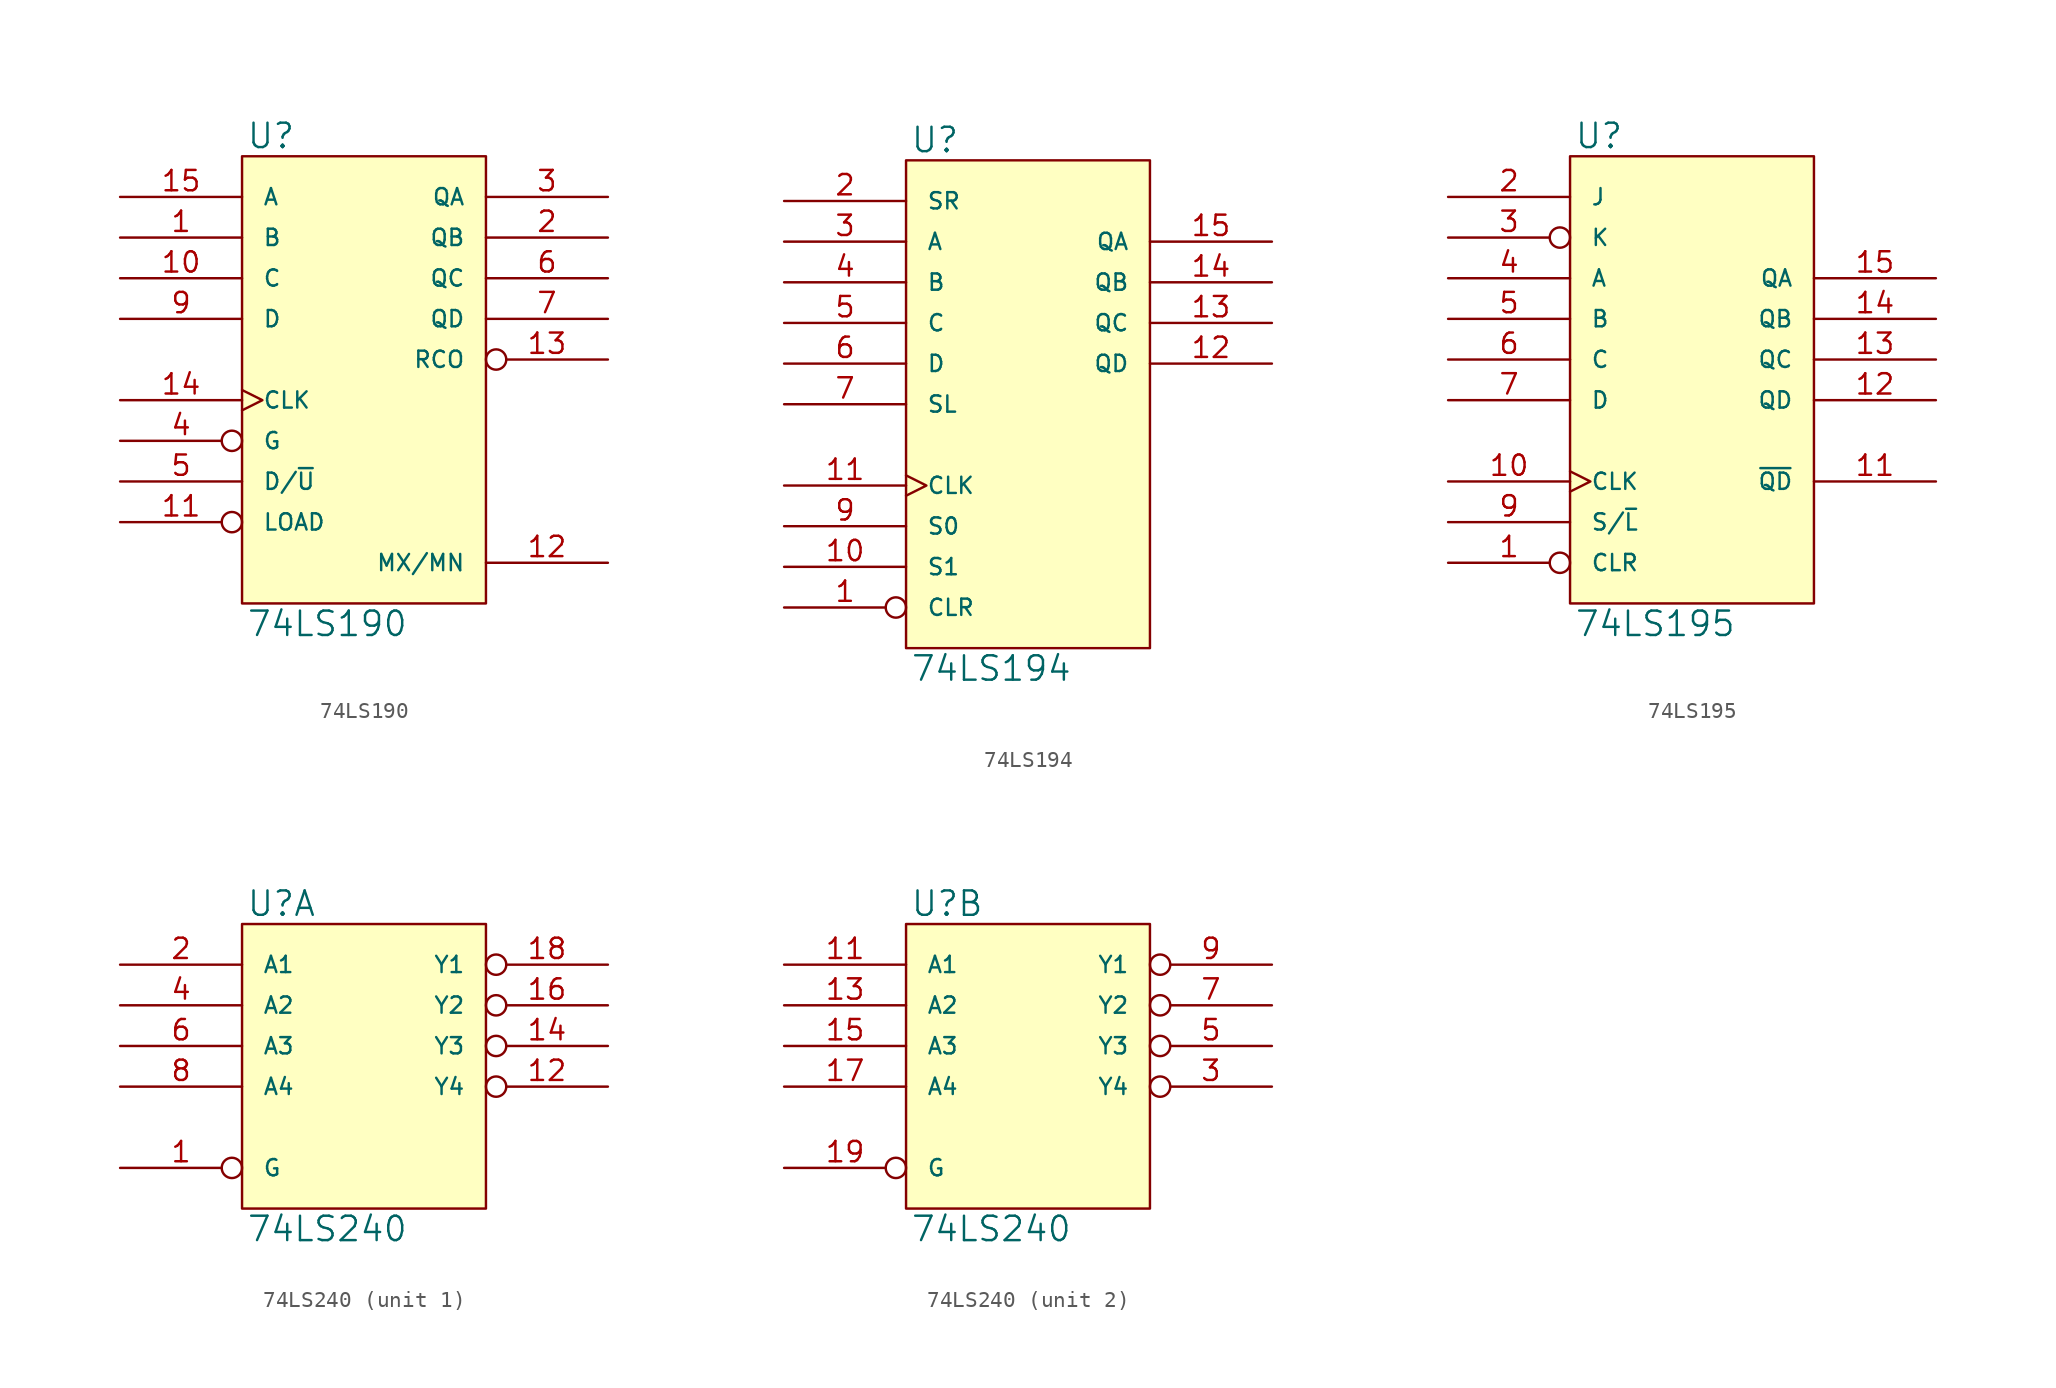
<source format=kicad_sym>
(kicad_symbol_lib
  (version 20231120)
  (generator "kicad_symbol_editor")
  (generator_version "8.0")
  (symbol "74LS190"
    (pin_names
      (offset 1.27))
    (property "Reference" "U"
      (at 0.254 0.381 0)
      (effects (font (size 1.524 1.524)) (justify left bottom)))
    (property "Value" "74LS190"
      (at 0.254 -28.321 0)
      (effects (font (size 1.524 1.524)) (justify left top)))
    (symbol "74LS190_0_1"
      (rectangle (start 0 0) (end 15.24 -27.94) (stroke (width 0) (type solid)) (fill (type background))))
    (symbol "74LS190_1_1"
      (pin input line (at -7.62 -5.08 0) (length 7.62) (name "B" (effects (font (size 1.016 1.016)))) (number "1" (effects (font (size 1.27 1.27)))))
      (pin input line (at -7.62 -7.62 0) (length 7.62) (name "C" (effects (font (size 1.016 1.016)))) (number "10" (effects (font (size 1.27 1.27)))))
      (pin input inverted (at -7.62 -22.86 0) (length 7.62) (name "LOAD" (effects (font (size 1.016 1.016)))) (number "11" (effects (font (size 1.27 1.27)))))
      (pin output line (at 22.86 -25.4 180) (length 7.62) (name "MX/MN" (effects (font (size 1.016 1.016)))) (number "12" (effects (font (size 1.27 1.27)))))
      (pin output inverted (at 22.86 -12.7 180) (length 7.62) (name "RCO" (effects (font (size 1.016 1.016)))) (number "13" (effects (font (size 1.27 1.27)))))
      (pin input clock (at -7.62 -15.24 0) (length 7.62) (name "CLK" (effects (font (size 1.016 1.016)))) (number "14" (effects (font (size 1.27 1.27)))))
      (pin input line (at -7.62 -2.54 0) (length 7.62) (name "A" (effects (font (size 1.016 1.016)))) (number "15" (effects (font (size 1.27 1.27)))))
      (pin power_in line (at 0 0 270) (length 0) hide (name "VCC" (effects (font (size 1.016 1.016)))) (number "16" (effects (font (size 1.27 1.27)))))
      (pin output line (at 22.86 -5.08 180) (length 7.62) (name "QB" (effects (font (size 1.016 1.016)))) (number "2" (effects (font (size 1.27 1.27)))))
      (pin output line (at 22.86 -2.54 180) (length 7.62) (name "QA" (effects (font (size 1.016 1.016)))) (number "3" (effects (font (size 1.27 1.27)))))
      (pin input inverted (at -7.62 -17.78 0) (length 7.62) (name "G" (effects (font (size 1.016 1.016)))) (number "4" (effects (font (size 1.27 1.27)))))
      (pin input line (at -7.62 -20.32 0) (length 7.62) (name "D/~{U}" (effects (font (size 1.016 1.016)))) (number "5" (effects (font (size 1.27 1.27)))))
      (pin output line (at 22.86 -7.62 180) (length 7.62) (name "QC" (effects (font (size 1.016 1.016)))) (number "6" (effects (font (size 1.27 1.27)))))
      (pin output line (at 22.86 -10.16 180) (length 7.62) (name "QD" (effects (font (size 1.016 1.016)))) (number "7" (effects (font (size 1.27 1.27)))))
      (pin power_in line (at 0 -27.94 90) (length 0) hide (name "GND" (effects (font (size 1.016 1.016)))) (number "8" (effects (font (size 1.27 1.27)))))
      (pin input line (at -7.62 -10.16 0) (length 7.62) (name "D" (effects (font (size 1.016 1.016)))) (number "9" (effects (font (size 1.27 1.27)))))))
  (symbol "74LS194"
    (pin_names
      (offset 1.27))
    (property "Reference" "U"
      (at 0.254 0.381 0)
      (effects (font (size 1.524 1.524)) (justify left bottom)))
    (property "Value" "74LS194"
      (at 0.254 -30.861 0)
      (effects (font (size 1.524 1.524)) (justify left top)))
    (symbol "74LS194_0_1"
      (rectangle (start 0 0) (end 15.24 -30.48) (stroke (width 0) (type solid)) (fill (type background))))
    (symbol "74LS194_1_1"
      (pin input inverted (at -7.62 -27.94 0) (length 7.62) (name "CLR" (effects (font (size 1.016 1.016)))) (number "1" (effects (font (size 1.27 1.27)))))
      (pin input line (at -7.62 -25.4 0) (length 7.62) (name "S1" (effects (font (size 1.016 1.016)))) (number "10" (effects (font (size 1.27 1.27)))))
      (pin input clock (at -7.62 -20.32 0) (length 7.62) (name "CLK" (effects (font (size 1.016 1.016)))) (number "11" (effects (font (size 1.27 1.27)))))
      (pin output line (at 22.86 -12.7 180) (length 7.62) (name "QD" (effects (font (size 1.016 1.016)))) (number "12" (effects (font (size 1.27 1.27)))))
      (pin output line (at 22.86 -10.16 180) (length 7.62) (name "QC" (effects (font (size 1.016 1.016)))) (number "13" (effects (font (size 1.27 1.27)))))
      (pin output line (at 22.86 -7.62 180) (length 7.62) (name "QB" (effects (font (size 1.016 1.016)))) (number "14" (effects (font (size 1.27 1.27)))))
      (pin output line (at 22.86 -5.08 180) (length 7.62) (name "QA" (effects (font (size 1.016 1.016)))) (number "15" (effects (font (size 1.27 1.27)))))
      (pin power_in line (at 0 0 270) (length 0) hide (name "VCC" (effects (font (size 1.016 1.016)))) (number "16" (effects (font (size 1.27 1.27)))))
      (pin input line (at -7.62 -2.54 0) (length 7.62) (name "SR" (effects (font (size 1.016 1.016)))) (number "2" (effects (font (size 1.27 1.27)))))
      (pin input line (at -7.62 -5.08 0) (length 7.62) (name "A" (effects (font (size 1.016 1.016)))) (number "3" (effects (font (size 1.27 1.27)))))
      (pin input line (at -7.62 -7.62 0) (length 7.62) (name "B" (effects (font (size 1.016 1.016)))) (number "4" (effects (font (size 1.27 1.27)))))
      (pin input line (at -7.62 -10.16 0) (length 7.62) (name "C" (effects (font (size 1.016 1.016)))) (number "5" (effects (font (size 1.27 1.27)))))
      (pin input line (at -7.62 -12.7 0) (length 7.62) (name "D" (effects (font (size 1.016 1.016)))) (number "6" (effects (font (size 1.27 1.27)))))
      (pin input line (at -7.62 -15.24 0) (length 7.62) (name "SL" (effects (font (size 1.016 1.016)))) (number "7" (effects (font (size 1.27 1.27)))))
      (pin power_in line (at 0 -30.48 90) (length 0) hide (name "GND" (effects (font (size 1.016 1.016)))) (number "8" (effects (font (size 1.27 1.27)))))
      (pin input line (at -7.62 -22.86 0) (length 7.62) (name "S0" (effects (font (size 1.016 1.016)))) (number "9" (effects (font (size 1.27 1.27)))))))
  (symbol "74LS195"
    (pin_names
      (offset 1.27))
    (property "Reference" "U"
      (at 0.254 0.381 0)
      (effects (font (size 1.524 1.524)) (justify left bottom)))
    (property "Value" "74LS195"
      (at 0.254 -28.321 0)
      (effects (font (size 1.524 1.524)) (justify left top)))
    (symbol "74LS195_0_1"
      (rectangle (start 0 0) (end 15.24 -27.94) (stroke (width 0) (type solid)) (fill (type background))))
    (symbol "74LS195_1_1"
      (pin input inverted (at -7.62 -25.4 0) (length 7.62) (name "CLR" (effects (font (size 1.016 1.016)))) (number "1" (effects (font (size 1.27 1.27)))))
      (pin input clock (at -7.62 -20.32 0) (length 7.62) (name "CLK" (effects (font (size 1.016 1.016)))) (number "10" (effects (font (size 1.27 1.27)))))
      (pin output line (at 22.86 -20.32 180) (length 7.62) (name "~{QD}" (effects (font (size 1.016 1.016)))) (number "11" (effects (font (size 1.27 1.27)))))
      (pin output line (at 22.86 -15.24 180) (length 7.62) (name "QD" (effects (font (size 1.016 1.016)))) (number "12" (effects (font (size 1.27 1.27)))))
      (pin output line (at 22.86 -12.7 180) (length 7.62) (name "QC" (effects (font (size 1.016 1.016)))) (number "13" (effects (font (size 1.27 1.27)))))
      (pin output line (at 22.86 -10.16 180) (length 7.62) (name "QB" (effects (font (size 1.016 1.016)))) (number "14" (effects (font (size 1.27 1.27)))))
      (pin output line (at 22.86 -7.62 180) (length 7.62) (name "QA" (effects (font (size 1.016 1.016)))) (number "15" (effects (font (size 1.27 1.27)))))
      (pin power_in line (at 0 0 270) (length 0) hide (name "VCC" (effects (font (size 1.016 1.016)))) (number "16" (effects (font (size 1.27 1.27)))))
      (pin input line (at -7.62 -2.54 0) (length 7.62) (name "J" (effects (font (size 1.016 1.016)))) (number "2" (effects (font (size 1.27 1.27)))))
      (pin input inverted (at -7.62 -5.08 0) (length 7.62) (name "K" (effects (font (size 1.016 1.016)))) (number "3" (effects (font (size 1.27 1.27)))))
      (pin input line (at -7.62 -7.62 0) (length 7.62) (name "A" (effects (font (size 1.016 1.016)))) (number "4" (effects (font (size 1.27 1.27)))))
      (pin input line (at -7.62 -10.16 0) (length 7.62) (name "B" (effects (font (size 1.016 1.016)))) (number "5" (effects (font (size 1.27 1.27)))))
      (pin input line (at -7.62 -12.7 0) (length 7.62) (name "C" (effects (font (size 1.016 1.016)))) (number "6" (effects (font (size 1.27 1.27)))))
      (pin input line (at -7.62 -15.24 0) (length 7.62) (name "D" (effects (font (size 1.016 1.016)))) (number "7" (effects (font (size 1.27 1.27)))))
      (pin power_in line (at 0 -27.94 90) (length 0) hide (name "GND" (effects (font (size 1.016 1.016)))) (number "8" (effects (font (size 1.27 1.27)))))
      (pin input line (at -7.62 -22.86 0) (length 7.62) (name "S/~{L}" (effects (font (size 1.016 1.016)))) (number "9" (effects (font (size 1.27 1.27)))))))
  (symbol "74LS240"
    (pin_names
      (offset 1.27))
    (property "Reference" "U"
      (at 0.254 0.381 0)
      (effects (font (size 1.524 1.524)) (justify left bottom)))
    (property "Value" "74LS240"
      (at 0.254 -18.161 0)
      (effects (font (size 1.524 1.524)) (justify left top)))
    (symbol "74LS240_0_1"
      (rectangle (start 0 0) (end 15.24 -17.78) (stroke (width 0) (type solid)) (fill (type background))))
    (symbol "74LS240_1_1"
      (pin input inverted (at -7.62 -15.24 0) (length 7.62) (name "G" (effects (font (size 1.016 1.016)))) (number "1" (effects (font (size 1.27 1.27)))))
      (pin power_in line (at 0 -17.78 90) (length 0) hide (name "GND" (effects (font (size 1.016 1.016)))) (number "10" (effects (font (size 1.27 1.27)))))
      (pin tri_state inverted (at 22.86 -10.16 180) (length 7.62) (name "Y4" (effects (font (size 1.016 1.016)))) (number "12" (effects (font (size 1.27 1.27)))))
      (pin tri_state inverted (at 22.86 -7.62 180) (length 7.62) (name "Y3" (effects (font (size 1.016 1.016)))) (number "14" (effects (font (size 1.27 1.27)))))
      (pin tri_state inverted (at 22.86 -5.08 180) (length 7.62) (name "Y2" (effects (font (size 1.016 1.016)))) (number "16" (effects (font (size 1.27 1.27)))))
      (pin tri_state inverted (at 22.86 -2.54 180) (length 7.62) (name "Y1" (effects (font (size 1.016 1.016)))) (number "18" (effects (font (size 1.27 1.27)))))
      (pin input line (at -7.62 -2.54 0) (length 7.62) (name "A1" (effects (font (size 1.016 1.016)))) (number "2" (effects (font (size 1.27 1.27)))))
      (pin power_in line (at 0 0 270) (length 0) hide (name "VCC" (effects (font (size 1.016 1.016)))) (number "20" (effects (font (size 1.27 1.27)))))
      (pin input line (at -7.62 -5.08 0) (length 7.62) (name "A2" (effects (font (size 1.016 1.016)))) (number "4" (effects (font (size 1.27 1.27)))))
      (pin input line (at -7.62 -7.62 0) (length 7.62) (name "A3" (effects (font (size 1.016 1.016)))) (number "6" (effects (font (size 1.27 1.27)))))
      (pin input line (at -7.62 -10.16 0) (length 7.62) (name "A4" (effects (font (size 1.016 1.016)))) (number "8" (effects (font (size 1.27 1.27))))))
    (symbol "74LS240_2_1"
      (pin power_in line (at 0 -17.78 90) (length 0) hide (name "GND" (effects (font (size 1.016 1.016)))) (number "10" (effects (font (size 1.27 1.27)))))
      (pin input line (at -7.62 -2.54 0) (length 7.62) (name "A1" (effects (font (size 1.016 1.016)))) (number "11" (effects (font (size 1.27 1.27)))))
      (pin input line (at -7.62 -5.08 0) (length 7.62) (name "A2" (effects (font (size 1.016 1.016)))) (number "13" (effects (font (size 1.27 1.27)))))
      (pin input line (at -7.62 -7.62 0) (length 7.62) (name "A3" (effects (font (size 1.016 1.016)))) (number "15" (effects (font (size 1.27 1.27)))))
      (pin input line (at -7.62 -10.16 0) (length 7.62) (name "A4" (effects (font (size 1.016 1.016)))) (number "17" (effects (font (size 1.27 1.27)))))
      (pin input inverted (at -7.62 -15.24 0) (length 7.62) (name "G" (effects (font (size 1.016 1.016)))) (number "19" (effects (font (size 1.27 1.27)))))
      (pin power_in line (at 0 0 270) (length 0) hide (name "VCC" (effects (font (size 1.016 1.016)))) (number "20" (effects (font (size 1.27 1.27)))))
      (pin tri_state inverted (at 22.86 -10.16 180) (length 7.62) (name "Y4" (effects (font (size 1.016 1.016)))) (number "3" (effects (font (size 1.27 1.27)))))
      (pin tri_state inverted (at 22.86 -7.62 180) (length 7.62) (name "Y3" (effects (font (size 1.016 1.016)))) (number "5" (effects (font (size 1.27 1.27)))))
      (pin tri_state inverted (at 22.86 -5.08 180) (length 7.62) (name "Y2" (effects (font (size 1.016 1.016)))) (number "7" (effects (font (size 1.27 1.27)))))
      (pin tri_state inverted (at 22.86 -2.54 180) (length 7.62) (name "Y1" (effects (font (size 1.016 1.016)))) (number "9" (effects (font (size 1.27 1.27))))))))
</source>
